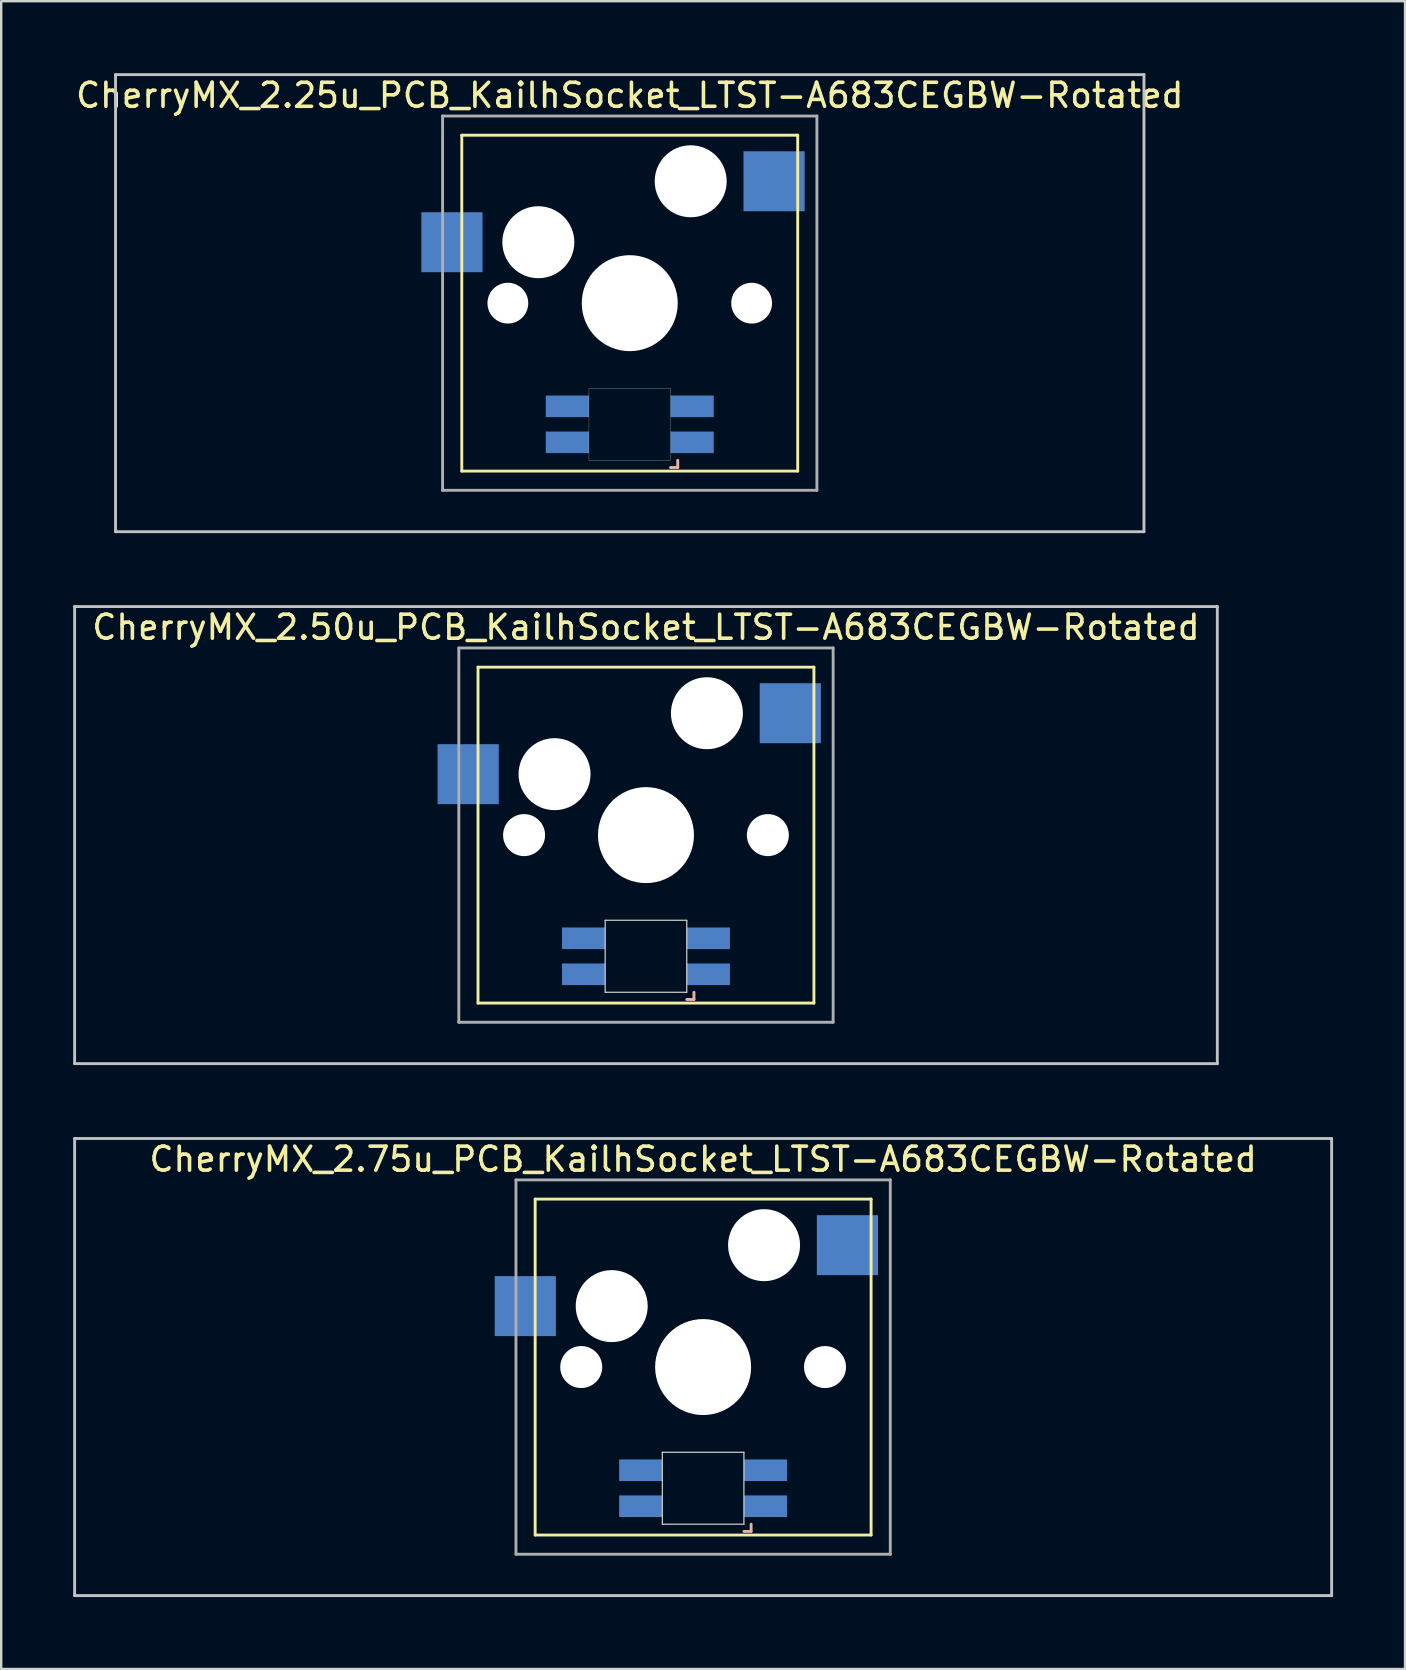
<source format=kicad_pcb>
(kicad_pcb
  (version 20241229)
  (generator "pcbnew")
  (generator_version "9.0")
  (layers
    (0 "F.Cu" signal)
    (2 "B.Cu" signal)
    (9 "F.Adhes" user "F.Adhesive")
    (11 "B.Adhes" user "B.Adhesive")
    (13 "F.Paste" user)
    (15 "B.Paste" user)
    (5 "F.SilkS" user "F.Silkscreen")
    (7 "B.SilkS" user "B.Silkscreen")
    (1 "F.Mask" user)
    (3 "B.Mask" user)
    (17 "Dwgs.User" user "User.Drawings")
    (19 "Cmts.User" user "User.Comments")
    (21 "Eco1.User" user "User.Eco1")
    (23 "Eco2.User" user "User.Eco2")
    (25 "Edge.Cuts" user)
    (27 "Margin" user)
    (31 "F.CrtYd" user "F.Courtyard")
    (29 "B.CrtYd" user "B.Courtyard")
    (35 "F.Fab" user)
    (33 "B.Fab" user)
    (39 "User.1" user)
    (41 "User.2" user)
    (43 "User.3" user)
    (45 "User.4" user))
  (footprint "CherryMX_2.50u_PCB_KailhSocket_LTST-A683CEGBW-Rotated"
    (layer "F.Cu")
    (at 23.872 31.755)
    (property "Reference" "CherryMX_2.50u_PCB_KailhSocket_LTST-A683CEGBW-Rotated" (at 0 -8.662 0) (layer "F.SilkS") (effects (font (size 1 1) (thickness 0.15))))
    (attr through_hole)
    (fp_line (start -7 -7) (end -7 7) (stroke (width 0.12) (type solid)) (layer "F.SilkS"))
    (fp_line (start -7 -7) (end 7 -7) (stroke (width 0.12) (type solid)) (layer "F.SilkS"))
    (fp_line (start 7 -7) (end 7 7) (stroke (width 0.12) (type solid)) (layer "F.SilkS"))
    (fp_line (start 7 7) (end -7 7) (stroke (width 0.12) (type solid)) (layer "F.SilkS"))
    (fp_line (start 1.7 6.85) (end 2 6.85) (stroke (width 0.12) (type solid)) (layer "B.SilkS"))
    (fp_line (start 2 6.85) (end 2 6.55) (stroke (width 0.12) (type solid)) (layer "B.SilkS"))
    (fp_line (start -23.812 -9.525) (end 23.812 -9.525) (stroke (width 0.12) (type solid)) (layer "Dwgs.User"))
    (fp_line (start -23.812 9.525) (end -23.812 -9.525) (stroke (width 0.12) (type solid)) (layer "Dwgs.User"))
    (fp_line (start 23.812 -9.525) (end 23.812 9.525) (stroke (width 0.12) (type solid)) (layer "Dwgs.User"))
    (fp_line (start 23.812 9.525) (end -23.812 9.525) (stroke (width 0.12) (type solid)) (layer "Dwgs.User"))
    (fp_line (start -1.7 3.55) (end 1.7 3.55) (stroke (width 0.05) (type solid)) (layer "Edge.Cuts"))
    (fp_line (start -1.7 6.55) (end -1.7 3.55) (stroke (width 0.05) (type solid)) (layer "Edge.Cuts"))
    (fp_line (start 1.7 3.55) (end 1.7 6.55) (stroke (width 0.05) (type solid)) (layer "Edge.Cuts"))
    (fp_line (start 1.7 6.55) (end -1.7 6.55) (stroke (width 0.05) (type solid)) (layer "Edge.Cuts"))
    (fp_line (start -7.8 -7.8) (end -7.8 7.8) (stroke (width 0.12) (type solid)) (layer "F.Fab"))
    (fp_line (start -7.8 -7.8) (end 7.8 -7.8) (stroke (width 0.12) (type solid)) (layer "F.Fab"))
    (fp_line (start -7.8 7.8) (end 7.8 7.8) (stroke (width 0.12) (type solid)) (layer "F.Fab"))
    (fp_line (start 7.8 -7.8) (end 7.8 7.8) (stroke (width 0.12) (type solid)) (layer "F.Fab"))
    (pad "" np_thru_hole circle (at -5.08 0) (size 1.75 1.75) (drill 1.75) (layers "*.Cu" "*.Mask"))
    (pad "" np_thru_hole circle (at -3.81 -2.54) (size 3 3) (drill 3) (layers "*.Cu" "*.Mask"))
    (pad "" np_thru_hole circle (at 0 0) (size 4 4) (drill 4) (layers "*.Cu" "*.Mask"))
    (pad "" np_thru_hole circle (at 2.54 -5.08) (size 3 3) (drill 3) (layers "*.Cu" "*.Mask"))
    (pad "" np_thru_hole circle (at 5.08 0) (size 1.75 1.75) (drill 1.75) (layers "*.Cu" "*.Mask"))
    (pad "1" smd rect (at -7.41 -2.54) (size 2.55 2.5) (layers "B.Cu" "B.Mask" "B.Paste"))
    (pad "2" smd rect (at 6.015 -5.08) (size 2.55 2.5) (layers "B.Cu" "B.Mask" "B.Paste"))
    (pad "3" smd rect (at 2.6 5.8 180) (size 1.8 0.9) (layers "B.Cu" "B.Mask" "B.Paste"))
    (pad "4" smd rect (at 2.6 4.3 180) (size 1.8 0.9) (layers "B.Cu" "B.Mask" "B.Paste"))
    (pad "5" smd rect (at -2.6 5.8 180) (size 1.8 0.9) (layers "B.Cu" "B.Mask" "B.Paste"))
    (pad "6" smd rect (at -2.6 4.3 180) (size 1.8 0.9) (layers "B.Cu" "B.Mask" "B.Paste")))
  (footprint "CherryMX_2.25u_PCB_KailhSocket_LTST-A683CEGBW-Rotated"
    (layer "F.Cu")
    (at 23.196 9.585)
    (property "Reference" "CherryMX_2.25u_PCB_KailhSocket_LTST-A683CEGBW-Rotated" (at 0 -8.662 0) (layer "F.SilkS") (effects (font (size 1 1) (thickness 0.15))))
    (attr through_hole)
    (fp_line (start -7 -7) (end -7 7) (stroke (width 0.12) (type solid)) (layer "F.SilkS"))
    (fp_line (start -7 -7) (end 7 -7) (stroke (width 0.12) (type solid)) (layer "F.SilkS"))
    (fp_line (start 7 -7) (end 7 7) (stroke (width 0.12) (type solid)) (layer "F.SilkS"))
    (fp_line (start 7 7) (end -7 7) (stroke (width 0.12) (type solid)) (layer "F.SilkS"))
    (fp_line (start 1.7 6.85) (end 2 6.85) (stroke (width 0.12) (type solid)) (layer "B.SilkS"))
    (fp_line (start 2 6.85) (end 2 6.55) (stroke (width 0.12) (type solid)) (layer "B.SilkS"))
    (fp_line (start -21.431 -9.525) (end 21.431 -9.525) (stroke (width 0.12) (type solid)) (layer "Dwgs.User"))
    (fp_line (start -21.431 9.525) (end -21.431 -9.525) (stroke (width 0.12) (type solid)) (layer "Dwgs.User"))
    (fp_line (start 21.431 -9.525) (end 21.431 9.525) (stroke (width 0.12) (type solid)) (layer "Dwgs.User"))
    (fp_line (start 21.431 9.525) (end -21.431 9.525) (stroke (width 0.12) (type solid)) (layer "Dwgs.User"))
    (fp_poly (pts (xy -1.7 3.55) (xy 1.7 3.55) (xy 1.7 6.55) (xy -1.7 6.55)) (stroke (width 0.01) (type solid)) (fill no) (layer "Edge.Cuts"))
    (fp_line (start -7.8 -7.8) (end -7.8 7.8) (stroke (width 0.12) (type solid)) (layer "F.Fab"))
    (fp_line (start -7.8 -7.8) (end 7.8 -7.8) (stroke (width 0.12) (type solid)) (layer "F.Fab"))
    (fp_line (start -7.8 7.8) (end 7.8 7.8) (stroke (width 0.12) (type solid)) (layer "F.Fab"))
    (fp_line (start 7.8 -7.8) (end 7.8 7.8) (stroke (width 0.12) (type solid)) (layer "F.Fab"))
    (pad "" np_thru_hole circle (at -5.08 0) (size 1.7 1.7) (drill 1.7) (layers "*.Cu" "*.Mask"))
    (pad "" np_thru_hole circle (at -3.81 -2.54) (size 3 3) (drill 3) (layers "*.Cu" "*.Mask"))
    (pad "" np_thru_hole circle (at 0 0) (size 4 4) (drill 4) (layers "*.Cu" "*.Mask"))
    (pad "" np_thru_hole circle (at 2.54 -5.08) (size 3 3) (drill 3) (layers "*.Cu" "*.Mask"))
    (pad "" np_thru_hole circle (at 5.08 0) (size 1.7 1.7) (drill 1.7) (layers "*.Cu" "*.Mask"))
    (pad "1" smd rect (at -7.41 -2.54) (size 2.55 2.5) (layers "B.Cu" "B.Mask" "B.Paste"))
    (pad "2" smd rect (at 6.015 -5.08) (size 2.55 2.5) (layers "B.Cu" "B.Mask" "B.Paste"))
    (pad "3" smd rect (at 2.6 5.8 180) (size 1.8 0.9) (layers "B.Cu" "B.Mask" "B.Paste"))
    (pad "4" smd rect (at 2.6 4.3 180) (size 1.8 0.9) (layers "B.Cu" "B.Mask" "B.Paste"))
    (pad "5" smd rect (at -2.6 5.8 180) (size 1.8 0.9) (layers "B.Cu" "B.Mask" "B.Paste"))
    (pad "6" smd rect (at -2.6 4.3 180) (size 1.8 0.9) (layers "B.Cu" "B.Mask" "B.Paste")))
  (footprint "CherryMX_2.75u_PCB_KailhSocket_LTST-A683CEGBW-Rotated"
    (layer "F.Cu")
    (at 26.254 53.925)
    (property "Reference" "CherryMX_2.75u_PCB_KailhSocket_LTST-A683CEGBW-Rotated" (at 0 -8.662 0) (layer "F.SilkS") (effects (font (size 1 1) (thickness 0.15))))
    (attr through_hole)
    (fp_line (start -7 -7) (end -7 7) (stroke (width 0.12) (type solid)) (layer "F.SilkS"))
    (fp_line (start -7 -7) (end 7 -7) (stroke (width 0.12) (type solid)) (layer "F.SilkS"))
    (fp_line (start 7 -7) (end 7 7) (stroke (width 0.12) (type solid)) (layer "F.SilkS"))
    (fp_line (start 7 7) (end -7 7) (stroke (width 0.12) (type solid)) (layer "F.SilkS"))
    (fp_line (start 1.7 6.85) (end 2 6.85) (stroke (width 0.12) (type solid)) (layer "B.SilkS"))
    (fp_line (start 2 6.85) (end 2 6.55) (stroke (width 0.12) (type solid)) (layer "B.SilkS"))
    (fp_line (start -26.194 -9.525) (end 26.194 -9.525) (stroke (width 0.12) (type solid)) (layer "Dwgs.User"))
    (fp_line (start -26.194 9.525) (end -26.194 -9.525) (stroke (width 0.12) (type solid)) (layer "Dwgs.User"))
    (fp_line (start 26.194 -9.525) (end 26.194 9.525) (stroke (width 0.12) (type solid)) (layer "Dwgs.User"))
    (fp_line (start 26.194 9.525) (end -26.194 9.525) (stroke (width 0.12) (type solid)) (layer "Dwgs.User"))
    (fp_line (start -1.7 3.55) (end 1.7 3.55) (stroke (width 0.05) (type solid)) (layer "Edge.Cuts"))
    (fp_line (start -1.7 6.55) (end -1.7 3.55) (stroke (width 0.05) (type solid)) (layer "Edge.Cuts"))
    (fp_line (start 1.7 3.55) (end 1.7 6.55) (stroke (width 0.05) (type solid)) (layer "Edge.Cuts"))
    (fp_line (start 1.7 6.55) (end -1.7 6.55) (stroke (width 0.05) (type solid)) (layer "Edge.Cuts"))
    (fp_line (start -7.8 -7.8) (end -7.8 7.8) (stroke (width 0.12) (type solid)) (layer "F.Fab"))
    (fp_line (start -7.8 -7.8) (end 7.8 -7.8) (stroke (width 0.12) (type solid)) (layer "F.Fab"))
    (fp_line (start -7.8 7.8) (end 7.8 7.8) (stroke (width 0.12) (type solid)) (layer "F.Fab"))
    (fp_line (start 7.8 -7.8) (end 7.8 7.8) (stroke (width 0.12) (type solid)) (layer "F.Fab"))
    (pad "" np_thru_hole circle (at -5.08 0) (size 1.75 1.75) (drill 1.75) (layers "*.Cu" "*.Mask"))
    (pad "" np_thru_hole circle (at -3.81 -2.54) (size 3 3) (drill 3) (layers "*.Cu" "*.Mask"))
    (pad "" np_thru_hole circle (at 0 0) (size 4 4) (drill 4) (layers "*.Cu" "*.Mask"))
    (pad "" np_thru_hole circle (at 2.54 -5.08) (size 3 3) (drill 3) (layers "*.Cu" "*.Mask"))
    (pad "" np_thru_hole circle (at 5.08 0) (size 1.75 1.75) (drill 1.75) (layers "*.Cu" "*.Mask"))
    (pad "1" smd rect (at -7.41 -2.54) (size 2.55 2.5) (layers "B.Cu" "B.Mask" "B.Paste"))
    (pad "2" smd rect (at 6.015 -5.08) (size 2.55 2.5) (layers "B.Cu" "B.Mask" "B.Paste"))
    (pad "3" smd rect (at 2.6 5.8) (size 1.8 0.9) (layers "B.Cu" "B.Mask" "B.Paste"))
    (pad "4" smd rect (at 2.6 4.3) (size 1.8 0.9) (layers "B.Cu" "B.Mask" "B.Paste"))
    (pad "5" smd rect (at -2.6 5.8) (size 1.8 0.9) (layers "B.Cu" "B.Mask" "B.Paste"))
    (pad "6" smd rect (at -2.6 4.3) (size 1.8 0.9) (layers "B.Cu" "B.Mask" "B.Paste")))
  (gr_rect
    (start -3 -3)
    (end 55.508 66.51)
    (stroke (width 0.1) (type default))
    (fill no)
    (layer "Edge.Cuts")))
</source>
